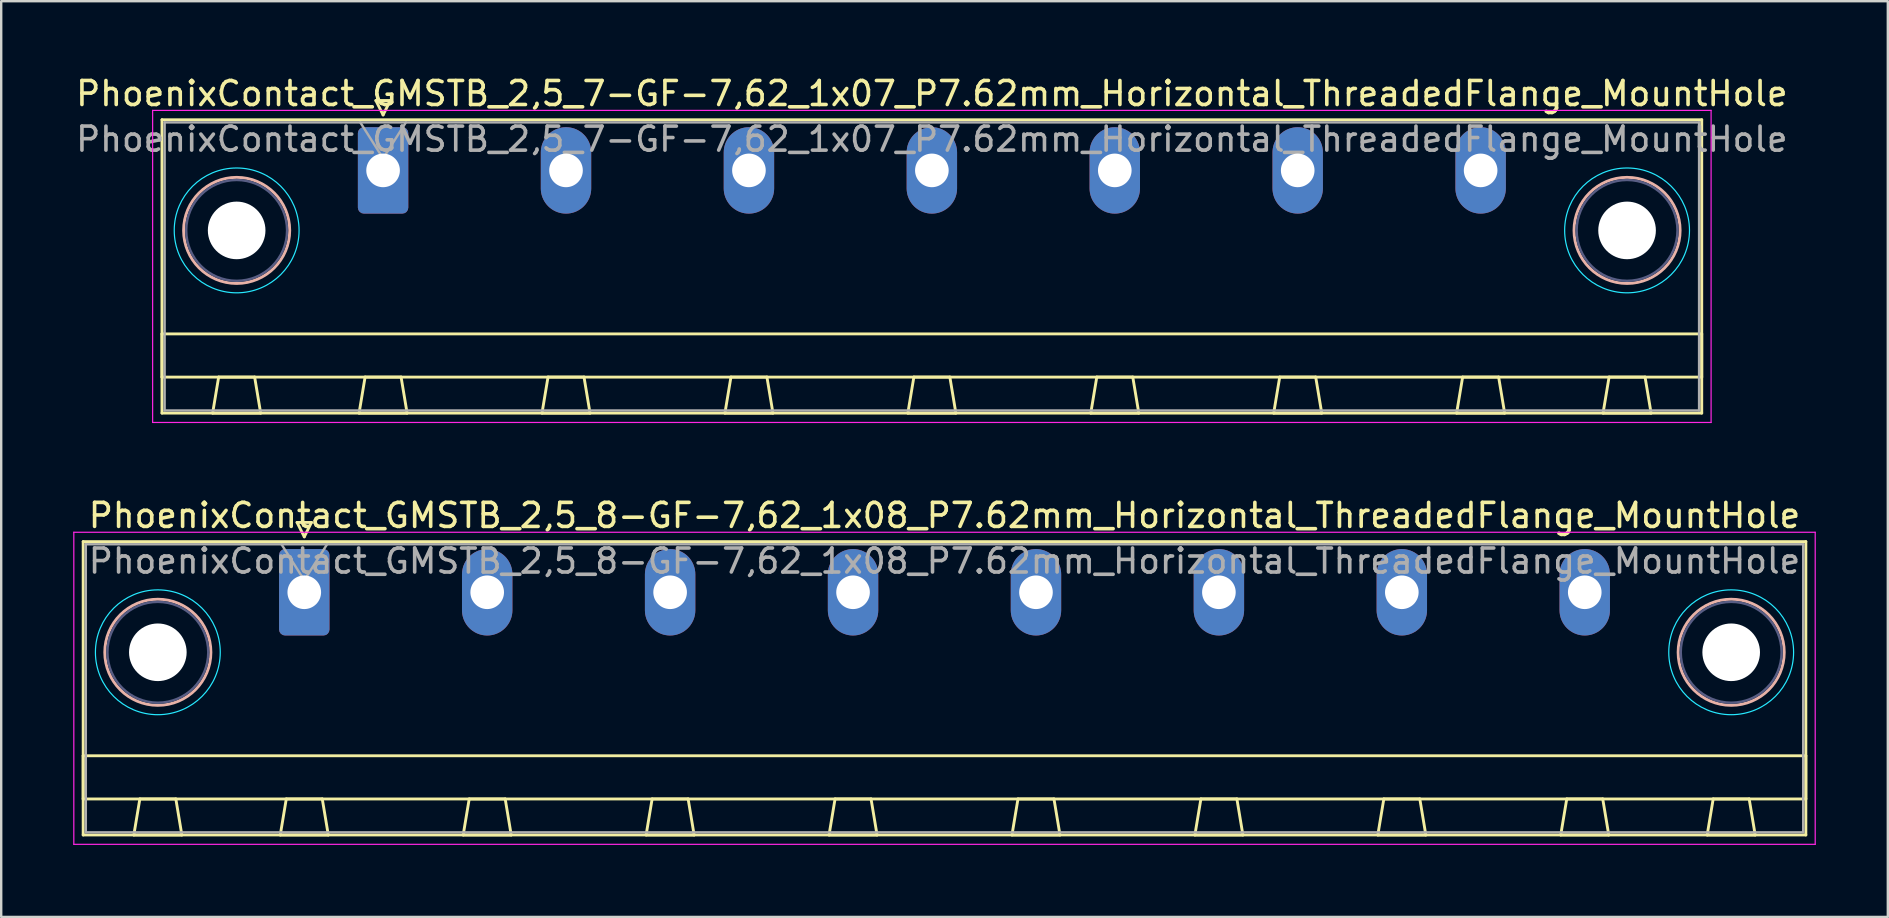
<source format=kicad_pcb>
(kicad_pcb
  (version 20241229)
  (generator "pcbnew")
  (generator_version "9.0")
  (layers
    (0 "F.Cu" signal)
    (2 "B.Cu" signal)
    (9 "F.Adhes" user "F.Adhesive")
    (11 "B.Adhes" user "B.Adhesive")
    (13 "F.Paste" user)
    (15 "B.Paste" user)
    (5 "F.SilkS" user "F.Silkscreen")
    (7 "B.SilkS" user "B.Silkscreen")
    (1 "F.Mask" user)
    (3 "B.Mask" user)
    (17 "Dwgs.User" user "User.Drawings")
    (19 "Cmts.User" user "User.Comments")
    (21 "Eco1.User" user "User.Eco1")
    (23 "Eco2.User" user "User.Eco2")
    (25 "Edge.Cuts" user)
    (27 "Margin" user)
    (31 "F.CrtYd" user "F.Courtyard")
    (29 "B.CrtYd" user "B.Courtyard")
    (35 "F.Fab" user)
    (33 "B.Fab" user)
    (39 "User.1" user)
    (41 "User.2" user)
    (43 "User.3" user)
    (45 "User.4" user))
  (footprint "PhoenixContact_GMSTB_2,5_7-GF-7,62_1x07_P7.62mm_Horizontal_ThreadedFlange_MountHole"
    (layer "F.Cu")
    (at 12.908 4.048)
    (property "Reference" "PhoenixContact_GMSTB_2,5_7-GF-7,62_1x07_P7.62mm_Horizontal_ThreadedFlange_MountHole" (at 22.86 -3.2 0) (layer "F.SilkS") (effects (font (size 1 1) (thickness 0.15))))
    (attr through_hole)
    (fp_line (start -9.21 -2.11) (end -9.21 10.11) (stroke (width 0.12) (type solid)) (layer "F.SilkS"))
    (fp_line (start -9.21 6.81) (end 54.93 6.81) (stroke (width 0.12) (type solid)) (layer "F.SilkS"))
    (fp_line (start -9.21 8.61) (end -9.21 6.81) (stroke (width 0.12) (type solid)) (layer "F.SilkS"))
    (fp_line (start -9.21 10.11) (end 54.93 10.11) (stroke (width 0.12) (type solid)) (layer "F.SilkS"))
    (fp_line (start -7.1 10.11) (end -5.1 10.11) (stroke (width 0.12) (type solid)) (layer "F.SilkS"))
    (fp_line (start -6.85 8.61) (end -7.1 10.11) (stroke (width 0.12) (type solid)) (layer "F.SilkS"))
    (fp_line (start -5.35 8.61) (end -6.85 8.61) (stroke (width 0.12) (type solid)) (layer "F.SilkS"))
    (fp_line (start -5.1 10.11) (end -5.35 8.61) (stroke (width 0.12) (type solid)) (layer "F.SilkS"))
    (fp_line (start -1 10.11) (end 1 10.11) (stroke (width 0.12) (type solid)) (layer "F.SilkS"))
    (fp_line (start -0.75 8.61) (end -1 10.11) (stroke (width 0.12) (type solid)) (layer "F.SilkS"))
    (fp_line (start -0.3 -2.91) (end 0.3 -2.91) (stroke (width 0.12) (type solid)) (layer "F.SilkS"))
    (fp_line (start 0 -2.31) (end -0.3 -2.91) (stroke (width 0.12) (type solid)) (layer "F.SilkS"))
    (fp_line (start 0.3 -2.91) (end 0 -2.31) (stroke (width 0.12) (type solid)) (layer "F.SilkS"))
    (fp_line (start 0.75 8.61) (end -0.75 8.61) (stroke (width 0.12) (type solid)) (layer "F.SilkS"))
    (fp_line (start 1 10.11) (end 0.75 8.61) (stroke (width 0.12) (type solid)) (layer "F.SilkS"))
    (fp_line (start 6.62 10.11) (end 8.62 10.11) (stroke (width 0.12) (type solid)) (layer "F.SilkS"))
    (fp_line (start 6.87 8.61) (end 6.62 10.11) (stroke (width 0.12) (type solid)) (layer "F.SilkS"))
    (fp_line (start 8.37 8.61) (end 6.87 8.61) (stroke (width 0.12) (type solid)) (layer "F.SilkS"))
    (fp_line (start 8.62 10.11) (end 8.37 8.61) (stroke (width 0.12) (type solid)) (layer "F.SilkS"))
    (fp_line (start 14.24 10.11) (end 16.24 10.11) (stroke (width 0.12) (type solid)) (layer "F.SilkS"))
    (fp_line (start 14.49 8.61) (end 14.24 10.11) (stroke (width 0.12) (type solid)) (layer "F.SilkS"))
    (fp_line (start 15.99 8.61) (end 14.49 8.61) (stroke (width 0.12) (type solid)) (layer "F.SilkS"))
    (fp_line (start 16.24 10.11) (end 15.99 8.61) (stroke (width 0.12) (type solid)) (layer "F.SilkS"))
    (fp_line (start 21.86 10.11) (end 23.86 10.11) (stroke (width 0.12) (type solid)) (layer "F.SilkS"))
    (fp_line (start 22.11 8.61) (end 21.86 10.11) (stroke (width 0.12) (type solid)) (layer "F.SilkS"))
    (fp_line (start 23.61 8.61) (end 22.11 8.61) (stroke (width 0.12) (type solid)) (layer "F.SilkS"))
    (fp_line (start 23.86 10.11) (end 23.61 8.61) (stroke (width 0.12) (type solid)) (layer "F.SilkS"))
    (fp_line (start 29.48 10.11) (end 31.48 10.11) (stroke (width 0.12) (type solid)) (layer "F.SilkS"))
    (fp_line (start 29.73 8.61) (end 29.48 10.11) (stroke (width 0.12) (type solid)) (layer "F.SilkS"))
    (fp_line (start 31.23 8.61) (end 29.73 8.61) (stroke (width 0.12) (type solid)) (layer "F.SilkS"))
    (fp_line (start 31.48 10.11) (end 31.23 8.61) (stroke (width 0.12) (type solid)) (layer "F.SilkS"))
    (fp_line (start 37.1 10.11) (end 39.1 10.11) (stroke (width 0.12) (type solid)) (layer "F.SilkS"))
    (fp_line (start 37.35 8.61) (end 37.1 10.11) (stroke (width 0.12) (type solid)) (layer "F.SilkS"))
    (fp_line (start 38.85 8.61) (end 37.35 8.61) (stroke (width 0.12) (type solid)) (layer "F.SilkS"))
    (fp_line (start 39.1 10.11) (end 38.85 8.61) (stroke (width 0.12) (type solid)) (layer "F.SilkS"))
    (fp_line (start 44.72 10.11) (end 46.72 10.11) (stroke (width 0.12) (type solid)) (layer "F.SilkS"))
    (fp_line (start 44.97 8.61) (end 44.72 10.11) (stroke (width 0.12) (type solid)) (layer "F.SilkS"))
    (fp_line (start 46.47 8.61) (end 44.97 8.61) (stroke (width 0.12) (type solid)) (layer "F.SilkS"))
    (fp_line (start 46.72 10.11) (end 46.47 8.61) (stroke (width 0.12) (type solid)) (layer "F.SilkS"))
    (fp_line (start 50.82 10.11) (end 52.82 10.11) (stroke (width 0.12) (type solid)) (layer "F.SilkS"))
    (fp_line (start 51.07 8.61) (end 50.82 10.11) (stroke (width 0.12) (type solid)) (layer "F.SilkS"))
    (fp_line (start 52.57 8.61) (end 51.07 8.61) (stroke (width 0.12) (type solid)) (layer "F.SilkS"))
    (fp_line (start 52.82 10.11) (end 52.57 8.61) (stroke (width 0.12) (type solid)) (layer "F.SilkS"))
    (fp_line (start 54.93 -2.11) (end -9.21 -2.11) (stroke (width 0.12) (type solid)) (layer "F.SilkS"))
    (fp_line (start 54.93 6.81) (end 54.93 8.61) (stroke (width 0.12) (type solid)) (layer "F.SilkS"))
    (fp_line (start 54.93 8.61) (end -9.21 8.61) (stroke (width 0.12) (type solid)) (layer "F.SilkS"))
    (fp_line (start 54.93 10.11) (end 54.93 -2.11) (stroke (width 0.12) (type solid)) (layer "F.SilkS"))
    (fp_circle (center -6.1 2.5) (end -3.89 2.5) (stroke (width 0.12) (type solid)) (fill no) (layer "B.SilkS"))
    (fp_circle (center 51.82 2.5) (end 54.03 2.5) (stroke (width 0.12) (type solid)) (fill no) (layer "B.SilkS"))
    (fp_circle (center -6.1 2.5) (end -3.5 2.5) (stroke (width 0.05) (type solid)) (fill no) (layer "B.CrtYd"))
    (fp_circle (center 51.82 2.5) (end 54.42 2.5) (stroke (width 0.05) (type solid)) (fill no) (layer "B.CrtYd"))
    (fp_line (start -9.6 -2.5) (end -9.6 10.5) (stroke (width 0.05) (type solid)) (layer "F.CrtYd"))
    (fp_line (start -9.6 10.5) (end 55.32 10.5) (stroke (width 0.05) (type solid)) (layer "F.CrtYd"))
    (fp_line (start 55.32 -2.5) (end -9.6 -2.5) (stroke (width 0.05) (type solid)) (layer "F.CrtYd"))
    (fp_line (start 55.32 10.5) (end 55.32 -2.5) (stroke (width 0.05) (type solid)) (layer "F.CrtYd"))
    (fp_circle (center -6.1 2.5) (end -4 2.5) (stroke (width 0.1) (type solid)) (fill no) (layer "B.Fab"))
    (fp_circle (center 51.82 2.5) (end 53.92 2.5) (stroke (width 0.1) (type solid)) (fill no) (layer "B.Fab"))
    (fp_line (start -9.1 -2) (end -9.1 10) (stroke (width 0.1) (type solid)) (layer "F.Fab"))
    (fp_line (start -9.1 10) (end 54.82 10) (stroke (width 0.1) (type solid)) (layer "F.Fab"))
    (fp_line (start 0 -0.5) (end -0.95 -2) (stroke (width 0.1) (type solid)) (layer "F.Fab"))
    (fp_line (start 0.95 -2) (end 0 -0.5) (stroke (width 0.1) (type solid)) (layer "F.Fab"))
    (fp_line (start 54.82 -2) (end -9.1 -2) (stroke (width 0.1) (type solid)) (layer "F.Fab"))
    (fp_line (start 54.82 10) (end 54.82 -2) (stroke (width 0.1) (type solid)) (layer "F.Fab"))
    (fp_text user "${REFERENCE}" (at 22.86 -1.3 0) (layer "F.Fab") (effects (font (size 1 1) (thickness 0.15))))
    (pad "" np_thru_hole circle (at -6.1 2.5) (size 2.4 2.4) (drill 2.4) (layers "*.Cu" "*.Mask"))
    (pad "" np_thru_hole circle (at 51.82 2.5) (size 2.4 2.4) (drill 2.4) (layers "*.Cu" "*.Mask"))
    (pad "1" thru_hole roundrect (at 0 0) (size 2.1 3.6) (drill 1.4) (layers "*.Cu" "*.Mask") (roundrect_rratio 0.119))
    (pad "2" thru_hole oval (at 7.62 0) (size 2.1 3.6) (drill 1.4) (layers "*.Cu" "*.Mask"))
    (pad "3" thru_hole oval (at 15.24 0) (size 2.1 3.6) (drill 1.4) (layers "*.Cu" "*.Mask"))
    (pad "4" thru_hole oval (at 22.86 0) (size 2.1 3.6) (drill 1.4) (layers "*.Cu" "*.Mask"))
    (pad "5" thru_hole oval (at 30.48 0) (size 2.1 3.6) (drill 1.4) (layers "*.Cu" "*.Mask"))
    (pad "6" thru_hole oval (at 38.1 0) (size 2.1 3.6) (drill 1.4) (layers "*.Cu" "*.Mask"))
    (pad "7" thru_hole oval (at 45.72 0) (size 2.1 3.6) (drill 1.4) (layers "*.Cu" "*.Mask")))
  (footprint "PhoenixContact_GMSTB_2,5_8-GF-7,62_1x08_P7.62mm_Horizontal_ThreadedFlange_MountHole"
    (layer "F.Cu")
    (at 9.625 21.622)
    (property "Reference" "PhoenixContact_GMSTB_2,5_8-GF-7,62_1x08_P7.62mm_Horizontal_ThreadedFlange_MountHole" (at 26.67 -3.2 0) (layer "F.SilkS") (effects (font (size 1 1) (thickness 0.15))))
    (attr through_hole)
    (fp_line (start -9.21 -2.11) (end -9.21 10.11) (stroke (width 0.12) (type solid)) (layer "F.SilkS"))
    (fp_line (start -9.21 6.81) (end 62.55 6.81) (stroke (width 0.12) (type solid)) (layer "F.SilkS"))
    (fp_line (start -9.21 8.61) (end -9.21 6.81) (stroke (width 0.12) (type solid)) (layer "F.SilkS"))
    (fp_line (start -9.21 10.11) (end 62.55 10.11) (stroke (width 0.12) (type solid)) (layer "F.SilkS"))
    (fp_line (start -7.1 10.11) (end -5.1 10.11) (stroke (width 0.12) (type solid)) (layer "F.SilkS"))
    (fp_line (start -6.85 8.61) (end -7.1 10.11) (stroke (width 0.12) (type solid)) (layer "F.SilkS"))
    (fp_line (start -5.35 8.61) (end -6.85 8.61) (stroke (width 0.12) (type solid)) (layer "F.SilkS"))
    (fp_line (start -5.1 10.11) (end -5.35 8.61) (stroke (width 0.12) (type solid)) (layer "F.SilkS"))
    (fp_line (start -1 10.11) (end 1 10.11) (stroke (width 0.12) (type solid)) (layer "F.SilkS"))
    (fp_line (start -0.75 8.61) (end -1 10.11) (stroke (width 0.12) (type solid)) (layer "F.SilkS"))
    (fp_line (start -0.3 -2.91) (end 0.3 -2.91) (stroke (width 0.12) (type solid)) (layer "F.SilkS"))
    (fp_line (start 0 -2.31) (end -0.3 -2.91) (stroke (width 0.12) (type solid)) (layer "F.SilkS"))
    (fp_line (start 0.3 -2.91) (end 0 -2.31) (stroke (width 0.12) (type solid)) (layer "F.SilkS"))
    (fp_line (start 0.75 8.61) (end -0.75 8.61) (stroke (width 0.12) (type solid)) (layer "F.SilkS"))
    (fp_line (start 1 10.11) (end 0.75 8.61) (stroke (width 0.12) (type solid)) (layer "F.SilkS"))
    (fp_line (start 6.62 10.11) (end 8.62 10.11) (stroke (width 0.12) (type solid)) (layer "F.SilkS"))
    (fp_line (start 6.87 8.61) (end 6.62 10.11) (stroke (width 0.12) (type solid)) (layer "F.SilkS"))
    (fp_line (start 8.37 8.61) (end 6.87 8.61) (stroke (width 0.12) (type solid)) (layer "F.SilkS"))
    (fp_line (start 8.62 10.11) (end 8.37 8.61) (stroke (width 0.12) (type solid)) (layer "F.SilkS"))
    (fp_line (start 14.24 10.11) (end 16.24 10.11) (stroke (width 0.12) (type solid)) (layer "F.SilkS"))
    (fp_line (start 14.49 8.61) (end 14.24 10.11) (stroke (width 0.12) (type solid)) (layer "F.SilkS"))
    (fp_line (start 15.99 8.61) (end 14.49 8.61) (stroke (width 0.12) (type solid)) (layer "F.SilkS"))
    (fp_line (start 16.24 10.11) (end 15.99 8.61) (stroke (width 0.12) (type solid)) (layer "F.SilkS"))
    (fp_line (start 21.86 10.11) (end 23.86 10.11) (stroke (width 0.12) (type solid)) (layer "F.SilkS"))
    (fp_line (start 22.11 8.61) (end 21.86 10.11) (stroke (width 0.12) (type solid)) (layer "F.SilkS"))
    (fp_line (start 23.61 8.61) (end 22.11 8.61) (stroke (width 0.12) (type solid)) (layer "F.SilkS"))
    (fp_line (start 23.86 10.11) (end 23.61 8.61) (stroke (width 0.12) (type solid)) (layer "F.SilkS"))
    (fp_line (start 29.48 10.11) (end 31.48 10.11) (stroke (width 0.12) (type solid)) (layer "F.SilkS"))
    (fp_line (start 29.73 8.61) (end 29.48 10.11) (stroke (width 0.12) (type solid)) (layer "F.SilkS"))
    (fp_line (start 31.23 8.61) (end 29.73 8.61) (stroke (width 0.12) (type solid)) (layer "F.SilkS"))
    (fp_line (start 31.48 10.11) (end 31.23 8.61) (stroke (width 0.12) (type solid)) (layer "F.SilkS"))
    (fp_line (start 37.1 10.11) (end 39.1 10.11) (stroke (width 0.12) (type solid)) (layer "F.SilkS"))
    (fp_line (start 37.35 8.61) (end 37.1 10.11) (stroke (width 0.12) (type solid)) (layer "F.SilkS"))
    (fp_line (start 38.85 8.61) (end 37.35 8.61) (stroke (width 0.12) (type solid)) (layer "F.SilkS"))
    (fp_line (start 39.1 10.11) (end 38.85 8.61) (stroke (width 0.12) (type solid)) (layer "F.SilkS"))
    (fp_line (start 44.72 10.11) (end 46.72 10.11) (stroke (width 0.12) (type solid)) (layer "F.SilkS"))
    (fp_line (start 44.97 8.61) (end 44.72 10.11) (stroke (width 0.12) (type solid)) (layer "F.SilkS"))
    (fp_line (start 46.47 8.61) (end 44.97 8.61) (stroke (width 0.12) (type solid)) (layer "F.SilkS"))
    (fp_line (start 46.72 10.11) (end 46.47 8.61) (stroke (width 0.12) (type solid)) (layer "F.SilkS"))
    (fp_line (start 52.34 10.11) (end 54.34 10.11) (stroke (width 0.12) (type solid)) (layer "F.SilkS"))
    (fp_line (start 52.59 8.61) (end 52.34 10.11) (stroke (width 0.12) (type solid)) (layer "F.SilkS"))
    (fp_line (start 54.09 8.61) (end 52.59 8.61) (stroke (width 0.12) (type solid)) (layer "F.SilkS"))
    (fp_line (start 54.34 10.11) (end 54.09 8.61) (stroke (width 0.12) (type solid)) (layer "F.SilkS"))
    (fp_line (start 58.44 10.11) (end 60.44 10.11) (stroke (width 0.12) (type solid)) (layer "F.SilkS"))
    (fp_line (start 58.69 8.61) (end 58.44 10.11) (stroke (width 0.12) (type solid)) (layer "F.SilkS"))
    (fp_line (start 60.19 8.61) (end 58.69 8.61) (stroke (width 0.12) (type solid)) (layer "F.SilkS"))
    (fp_line (start 60.44 10.11) (end 60.19 8.61) (stroke (width 0.12) (type solid)) (layer "F.SilkS"))
    (fp_line (start 62.55 -2.11) (end -9.21 -2.11) (stroke (width 0.12) (type solid)) (layer "F.SilkS"))
    (fp_line (start 62.55 6.81) (end 62.55 8.61) (stroke (width 0.12) (type solid)) (layer "F.SilkS"))
    (fp_line (start 62.55 8.61) (end -9.21 8.61) (stroke (width 0.12) (type solid)) (layer "F.SilkS"))
    (fp_line (start 62.55 10.11) (end 62.55 -2.11) (stroke (width 0.12) (type solid)) (layer "F.SilkS"))
    (fp_circle (center -6.1 2.5) (end -3.89 2.5) (stroke (width 0.12) (type solid)) (fill no) (layer "B.SilkS"))
    (fp_circle (center 59.44 2.5) (end 61.65 2.5) (stroke (width 0.12) (type solid)) (fill no) (layer "B.SilkS"))
    (fp_circle (center -6.1 2.5) (end -3.5 2.5) (stroke (width 0.05) (type solid)) (fill no) (layer "B.CrtYd"))
    (fp_circle (center 59.44 2.5) (end 62.04 2.5) (stroke (width 0.05) (type solid)) (fill no) (layer "B.CrtYd"))
    (fp_line (start -9.6 -2.5) (end -9.6 10.5) (stroke (width 0.05) (type solid)) (layer "F.CrtYd"))
    (fp_line (start -9.6 10.5) (end 62.94 10.5) (stroke (width 0.05) (type solid)) (layer "F.CrtYd"))
    (fp_line (start 62.94 -2.5) (end -9.6 -2.5) (stroke (width 0.05) (type solid)) (layer "F.CrtYd"))
    (fp_line (start 62.94 10.5) (end 62.94 -2.5) (stroke (width 0.05) (type solid)) (layer "F.CrtYd"))
    (fp_circle (center -6.1 2.5) (end -4 2.5) (stroke (width 0.1) (type solid)) (fill no) (layer "B.Fab"))
    (fp_circle (center 59.44 2.5) (end 61.54 2.5) (stroke (width 0.1) (type solid)) (fill no) (layer "B.Fab"))
    (fp_line (start -9.1 -2) (end -9.1 10) (stroke (width 0.1) (type solid)) (layer "F.Fab"))
    (fp_line (start -9.1 10) (end 62.44 10) (stroke (width 0.1) (type solid)) (layer "F.Fab"))
    (fp_line (start 0 -0.5) (end -0.95 -2) (stroke (width 0.1) (type solid)) (layer "F.Fab"))
    (fp_line (start 0.95 -2) (end 0 -0.5) (stroke (width 0.1) (type solid)) (layer "F.Fab"))
    (fp_line (start 62.44 -2) (end -9.1 -2) (stroke (width 0.1) (type solid)) (layer "F.Fab"))
    (fp_line (start 62.44 10) (end 62.44 -2) (stroke (width 0.1) (type solid)) (layer "F.Fab"))
    (fp_text user "${REFERENCE}" (at 26.67 -1.3 0) (layer "F.Fab") (effects (font (size 1 1) (thickness 0.15))))
    (pad "" np_thru_hole circle (at -6.1 2.5) (size 2.4 2.4) (drill 2.4) (layers "*.Cu" "*.Mask"))
    (pad "" np_thru_hole circle (at 59.44 2.5) (size 2.4 2.4) (drill 2.4) (layers "*.Cu" "*.Mask"))
    (pad "1" thru_hole roundrect (at 0 0) (size 2.1 3.6) (drill 1.4) (layers "*.Cu" "*.Mask") (roundrect_rratio 0.119))
    (pad "2" thru_hole oval (at 7.62 0) (size 2.1 3.6) (drill 1.4) (layers "*.Cu" "*.Mask"))
    (pad "3" thru_hole oval (at 15.24 0) (size 2.1 3.6) (drill 1.4) (layers "*.Cu" "*.Mask"))
    (pad "4" thru_hole oval (at 22.86 0) (size 2.1 3.6) (drill 1.4) (layers "*.Cu" "*.Mask"))
    (pad "5" thru_hole oval (at 30.48 0) (size 2.1 3.6) (drill 1.4) (layers "*.Cu" "*.Mask"))
    (pad "6" thru_hole oval (at 38.1 0) (size 2.1 3.6) (drill 1.4) (layers "*.Cu" "*.Mask"))
    (pad "7" thru_hole oval (at 45.72 0) (size 2.1 3.6) (drill 1.4) (layers "*.Cu" "*.Mask"))
    (pad "8" thru_hole oval (at 53.34 0) (size 2.1 3.6) (drill 1.4) (layers "*.Cu" "*.Mask")))
  (gr_rect
    (start -3 -3)
    (end 75.59 35.147)
    (stroke (width 0.1) (type default))
    (fill no)
    (layer "Edge.Cuts")))
</source>
